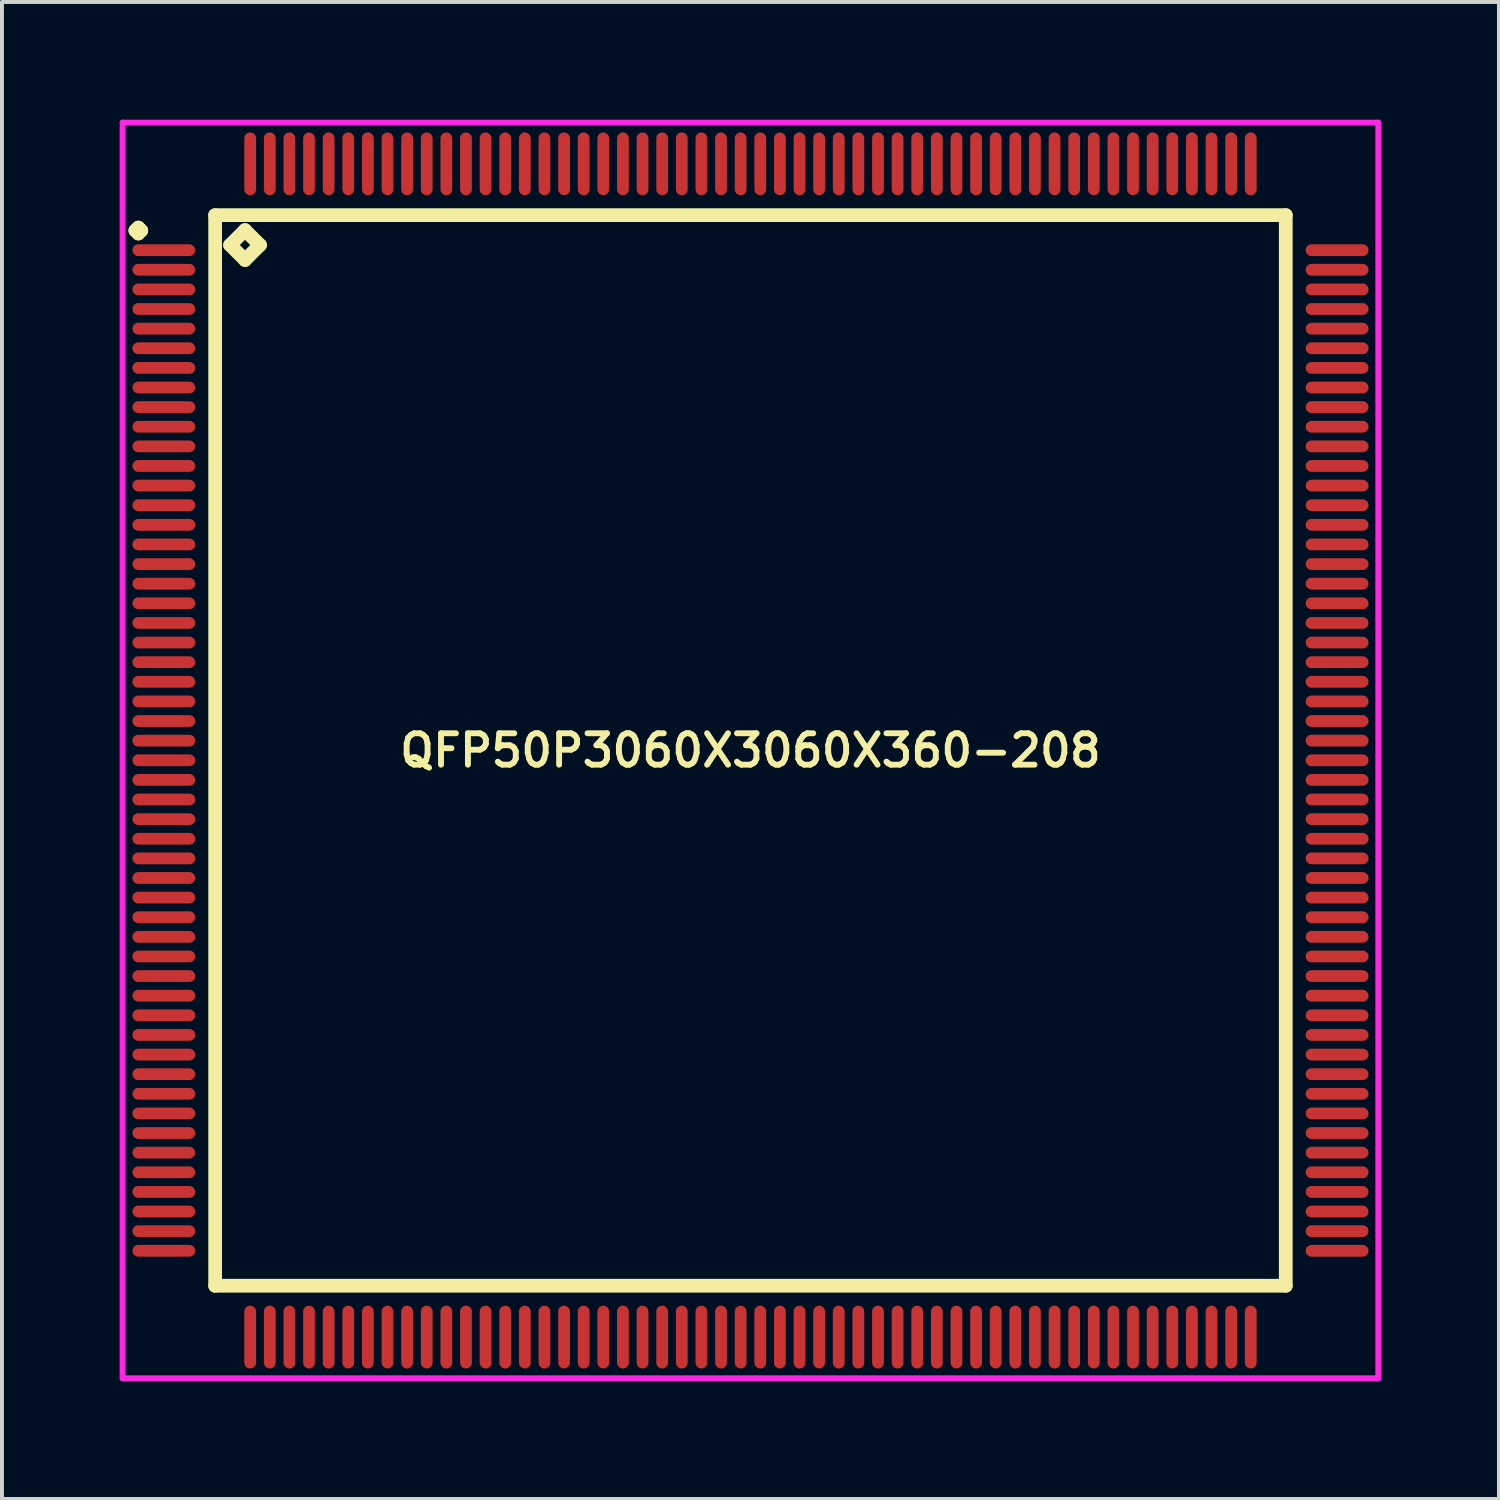
<source format=kicad_pcb>
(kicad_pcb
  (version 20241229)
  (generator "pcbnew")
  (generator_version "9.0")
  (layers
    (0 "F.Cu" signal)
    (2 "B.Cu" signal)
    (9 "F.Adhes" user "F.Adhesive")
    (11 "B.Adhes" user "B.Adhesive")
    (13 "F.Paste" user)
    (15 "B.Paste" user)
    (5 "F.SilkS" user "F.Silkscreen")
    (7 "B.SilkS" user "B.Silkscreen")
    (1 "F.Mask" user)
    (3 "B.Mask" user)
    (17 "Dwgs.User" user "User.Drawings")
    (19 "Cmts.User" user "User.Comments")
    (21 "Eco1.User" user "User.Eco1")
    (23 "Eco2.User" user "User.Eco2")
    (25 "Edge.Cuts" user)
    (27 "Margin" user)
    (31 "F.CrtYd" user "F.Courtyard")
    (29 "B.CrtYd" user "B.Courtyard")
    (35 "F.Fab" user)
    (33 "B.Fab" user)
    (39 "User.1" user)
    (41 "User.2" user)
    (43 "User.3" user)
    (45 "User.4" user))
  (footprint "QFP50P3060X3060X360-208"
    (layer "F.Cu")
    (at 16.075 16.075)
    (property "Reference" "QFP50P3060X3060X360-208" (at 0 0 0) (layer "F.SilkS") (effects (font (size 0.8 0.8) (thickness 0.15))))
    (attr smd)
    (fp_line (start -15.675 -13.25) (end -15.6 -13.325) (stroke (width 0.35) (type solid)) (layer "F.SilkS"))
    (fp_line (start -15.6 -13.325) (end -15.525 -13.25) (stroke (width 0.35) (type solid)) (layer "F.SilkS"))
    (fp_line (start -15.6 -13.175) (end -15.675 -13.25) (stroke (width 0.35) (type solid)) (layer "F.SilkS"))
    (fp_line (start -15.525 -13.25) (end -15.6 -13.175) (stroke (width 0.35) (type solid)) (layer "F.SilkS"))
    (fp_line (start -13.642 -13.642) (end -13.642 13.642) (stroke (width 0.35) (type solid)) (layer "F.SilkS"))
    (fp_line (start -13.642 13.642) (end 13.642 13.642) (stroke (width 0.35) (type solid)) (layer "F.SilkS"))
    (fp_line (start -13.261 -12.88) (end -12.88 -13.261) (stroke (width 0.35) (type solid)) (layer "F.SilkS"))
    (fp_line (start -12.88 -13.261) (end -12.499 -12.88) (stroke (width 0.35) (type solid)) (layer "F.SilkS"))
    (fp_line (start -12.88 -12.499) (end -13.261 -12.88) (stroke (width 0.35) (type solid)) (layer "F.SilkS"))
    (fp_line (start -12.499 -12.88) (end -12.88 -12.499) (stroke (width 0.35) (type solid)) (layer "F.SilkS"))
    (fp_line (start 13.642 -13.642) (end -13.642 -13.642) (stroke (width 0.35) (type solid)) (layer "F.SilkS"))
    (fp_line (start 13.642 13.642) (end 13.642 -13.642) (stroke (width 0.35) (type solid)) (layer "F.SilkS"))
    (fp_line (start -16 -16) (end 16 -16) (stroke (width 0.15) (type solid)) (layer "F.CrtYd"))
    (fp_line (start -16 16) (end -16 -16) (stroke (width 0.15) (type solid)) (layer "F.CrtYd"))
    (fp_line (start 16 -16) (end 16 16) (stroke (width 0.15) (type solid)) (layer "F.CrtYd"))
    (fp_line (start 16 16) (end -16 16) (stroke (width 0.15) (type solid)) (layer "F.CrtYd"))
    (pad "1" smd oval (at -14.95 -12.75) (size 1.6 0.3) (layers "F.Cu" "F.Mask" "F.Paste"))
    (pad "2" smd oval (at -14.95 -12.25) (size 1.6 0.3) (layers "F.Cu" "F.Mask" "F.Paste"))
    (pad "3" smd oval (at -14.95 -11.75) (size 1.6 0.3) (layers "F.Cu" "F.Mask" "F.Paste"))
    (pad "4" smd oval (at -14.95 -11.25) (size 1.6 0.3) (layers "F.Cu" "F.Mask" "F.Paste"))
    (pad "5" smd oval (at -14.95 -10.75) (size 1.6 0.3) (layers "F.Cu" "F.Mask" "F.Paste"))
    (pad "6" smd oval (at -14.95 -10.25) (size 1.6 0.3) (layers "F.Cu" "F.Mask" "F.Paste"))
    (pad "7" smd oval (at -14.95 -9.75) (size 1.6 0.3) (layers "F.Cu" "F.Mask" "F.Paste"))
    (pad "8" smd oval (at -14.95 -9.25) (size 1.6 0.3) (layers "F.Cu" "F.Mask" "F.Paste"))
    (pad "9" smd oval (at -14.95 -8.75) (size 1.6 0.3) (layers "F.Cu" "F.Mask" "F.Paste"))
    (pad "10" smd oval (at -14.95 -8.25) (size 1.6 0.3) (layers "F.Cu" "F.Mask" "F.Paste"))
    (pad "11" smd oval (at -14.95 -7.75) (size 1.6 0.3) (layers "F.Cu" "F.Mask" "F.Paste"))
    (pad "12" smd oval (at -14.95 -7.25) (size 1.6 0.3) (layers "F.Cu" "F.Mask" "F.Paste"))
    (pad "13" smd oval (at -14.95 -6.75) (size 1.6 0.3) (layers "F.Cu" "F.Mask" "F.Paste"))
    (pad "14" smd oval (at -14.95 -6.25) (size 1.6 0.3) (layers "F.Cu" "F.Mask" "F.Paste"))
    (pad "15" smd oval (at -14.95 -5.75) (size 1.6 0.3) (layers "F.Cu" "F.Mask" "F.Paste"))
    (pad "16" smd oval (at -14.95 -5.25) (size 1.6 0.3) (layers "F.Cu" "F.Mask" "F.Paste"))
    (pad "17" smd oval (at -14.95 -4.75) (size 1.6 0.3) (layers "F.Cu" "F.Mask" "F.Paste"))
    (pad "18" smd oval (at -14.95 -4.25) (size 1.6 0.3) (layers "F.Cu" "F.Mask" "F.Paste"))
    (pad "19" smd oval (at -14.95 -3.75) (size 1.6 0.3) (layers "F.Cu" "F.Mask" "F.Paste"))
    (pad "20" smd oval (at -14.95 -3.25) (size 1.6 0.3) (layers "F.Cu" "F.Mask" "F.Paste"))
    (pad "21" smd oval (at -14.95 -2.75) (size 1.6 0.3) (layers "F.Cu" "F.Mask" "F.Paste"))
    (pad "22" smd oval (at -14.95 -2.25) (size 1.6 0.3) (layers "F.Cu" "F.Mask" "F.Paste"))
    (pad "23" smd oval (at -14.95 -1.75) (size 1.6 0.3) (layers "F.Cu" "F.Mask" "F.Paste"))
    (pad "24" smd oval (at -14.95 -1.25) (size 1.6 0.3) (layers "F.Cu" "F.Mask" "F.Paste"))
    (pad "25" smd oval (at -14.95 -0.75) (size 1.6 0.3) (layers "F.Cu" "F.Mask" "F.Paste"))
    (pad "26" smd oval (at -14.95 -0.25) (size 1.6 0.3) (layers "F.Cu" "F.Mask" "F.Paste"))
    (pad "27" smd oval (at -14.95 0.25) (size 1.6 0.3) (layers "F.Cu" "F.Mask" "F.Paste"))
    (pad "28" smd oval (at -14.95 0.75) (size 1.6 0.3) (layers "F.Cu" "F.Mask" "F.Paste"))
    (pad "29" smd oval (at -14.95 1.25) (size 1.6 0.3) (layers "F.Cu" "F.Mask" "F.Paste"))
    (pad "30" smd oval (at -14.95 1.75) (size 1.6 0.3) (layers "F.Cu" "F.Mask" "F.Paste"))
    (pad "31" smd oval (at -14.95 2.25) (size 1.6 0.3) (layers "F.Cu" "F.Mask" "F.Paste"))
    (pad "32" smd oval (at -14.95 2.75) (size 1.6 0.3) (layers "F.Cu" "F.Mask" "F.Paste"))
    (pad "33" smd oval (at -14.95 3.25) (size 1.6 0.3) (layers "F.Cu" "F.Mask" "F.Paste"))
    (pad "34" smd oval (at -14.95 3.75) (size 1.6 0.3) (layers "F.Cu" "F.Mask" "F.Paste"))
    (pad "35" smd oval (at -14.95 4.25) (size 1.6 0.3) (layers "F.Cu" "F.Mask" "F.Paste"))
    (pad "36" smd oval (at -14.95 4.75) (size 1.6 0.3) (layers "F.Cu" "F.Mask" "F.Paste"))
    (pad "37" smd oval (at -14.95 5.25) (size 1.6 0.3) (layers "F.Cu" "F.Mask" "F.Paste"))
    (pad "38" smd oval (at -14.95 5.75) (size 1.6 0.3) (layers "F.Cu" "F.Mask" "F.Paste"))
    (pad "39" smd oval (at -14.95 6.25) (size 1.6 0.3) (layers "F.Cu" "F.Mask" "F.Paste"))
    (pad "40" smd oval (at -14.95 6.75) (size 1.6 0.3) (layers "F.Cu" "F.Mask" "F.Paste"))
    (pad "41" smd oval (at -14.95 7.25) (size 1.6 0.3) (layers "F.Cu" "F.Mask" "F.Paste"))
    (pad "42" smd oval (at -14.95 7.75) (size 1.6 0.3) (layers "F.Cu" "F.Mask" "F.Paste"))
    (pad "43" smd oval (at -14.95 8.25) (size 1.6 0.3) (layers "F.Cu" "F.Mask" "F.Paste"))
    (pad "44" smd oval (at -14.95 8.75) (size 1.6 0.3) (layers "F.Cu" "F.Mask" "F.Paste"))
    (pad "45" smd oval (at -14.95 9.25) (size 1.6 0.3) (layers "F.Cu" "F.Mask" "F.Paste"))
    (pad "46" smd oval (at -14.95 9.75) (size 1.6 0.3) (layers "F.Cu" "F.Mask" "F.Paste"))
    (pad "47" smd oval (at -14.95 10.25) (size 1.6 0.3) (layers "F.Cu" "F.Mask" "F.Paste"))
    (pad "48" smd oval (at -14.95 10.75) (size 1.6 0.3) (layers "F.Cu" "F.Mask" "F.Paste"))
    (pad "49" smd oval (at -14.95 11.25) (size 1.6 0.3) (layers "F.Cu" "F.Mask" "F.Paste"))
    (pad "50" smd oval (at -14.95 11.75) (size 1.6 0.3) (layers "F.Cu" "F.Mask" "F.Paste"))
    (pad "51" smd oval (at -14.95 12.25) (size 1.6 0.3) (layers "F.Cu" "F.Mask" "F.Paste"))
    (pad "52" smd oval (at -14.95 12.75) (size 1.6 0.3) (layers "F.Cu" "F.Mask" "F.Paste"))
    (pad "53" smd oval (at -12.75 14.95) (size 0.3 1.6) (layers "F.Cu" "F.Mask" "F.Paste"))
    (pad "54" smd oval (at -12.25 14.95) (size 0.3 1.6) (layers "F.Cu" "F.Mask" "F.Paste"))
    (pad "55" smd oval (at -11.75 14.95) (size 0.3 1.6) (layers "F.Cu" "F.Mask" "F.Paste"))
    (pad "56" smd oval (at -11.25 14.95) (size 0.3 1.6) (layers "F.Cu" "F.Mask" "F.Paste"))
    (pad "57" smd oval (at -10.75 14.95) (size 0.3 1.6) (layers "F.Cu" "F.Mask" "F.Paste"))
    (pad "58" smd oval (at -10.25 14.95) (size 0.3 1.6) (layers "F.Cu" "F.Mask" "F.Paste"))
    (pad "59" smd oval (at -9.75 14.95) (size 0.3 1.6) (layers "F.Cu" "F.Mask" "F.Paste"))
    (pad "60" smd oval (at -9.25 14.95) (size 0.3 1.6) (layers "F.Cu" "F.Mask" "F.Paste"))
    (pad "61" smd oval (at -8.75 14.95) (size 0.3 1.6) (layers "F.Cu" "F.Mask" "F.Paste"))
    (pad "62" smd oval (at -8.25 14.95) (size 0.3 1.6) (layers "F.Cu" "F.Mask" "F.Paste"))
    (pad "63" smd oval (at -7.75 14.95) (size 0.3 1.6) (layers "F.Cu" "F.Mask" "F.Paste"))
    (pad "64" smd oval (at -7.25 14.95) (size 0.3 1.6) (layers "F.Cu" "F.Mask" "F.Paste"))
    (pad "65" smd oval (at -6.75 14.95) (size 0.3 1.6) (layers "F.Cu" "F.Mask" "F.Paste"))
    (pad "66" smd oval (at -6.25 14.95) (size 0.3 1.6) (layers "F.Cu" "F.Mask" "F.Paste"))
    (pad "67" smd oval (at -5.75 14.95) (size 0.3 1.6) (layers "F.Cu" "F.Mask" "F.Paste"))
    (pad "68" smd oval (at -5.25 14.95) (size 0.3 1.6) (layers "F.Cu" "F.Mask" "F.Paste"))
    (pad "69" smd oval (at -4.75 14.95) (size 0.3 1.6) (layers "F.Cu" "F.Mask" "F.Paste"))
    (pad "70" smd oval (at -4.25 14.95) (size 0.3 1.6) (layers "F.Cu" "F.Mask" "F.Paste"))
    (pad "71" smd oval (at -3.75 14.95) (size 0.3 1.6) (layers "F.Cu" "F.Mask" "F.Paste"))
    (pad "72" smd oval (at -3.25 14.95) (size 0.3 1.6) (layers "F.Cu" "F.Mask" "F.Paste"))
    (pad "73" smd oval (at -2.75 14.95) (size 0.3 1.6) (layers "F.Cu" "F.Mask" "F.Paste"))
    (pad "74" smd oval (at -2.25 14.95) (size 0.3 1.6) (layers "F.Cu" "F.Mask" "F.Paste"))
    (pad "75" smd oval (at -1.75 14.95) (size 0.3 1.6) (layers "F.Cu" "F.Mask" "F.Paste"))
    (pad "76" smd oval (at -1.25 14.95) (size 0.3 1.6) (layers "F.Cu" "F.Mask" "F.Paste"))
    (pad "77" smd oval (at -0.75 14.95) (size 0.3 1.6) (layers "F.Cu" "F.Mask" "F.Paste"))
    (pad "78" smd oval (at -0.25 14.95) (size 0.3 1.6) (layers "F.Cu" "F.Mask" "F.Paste"))
    (pad "79" smd oval (at 0.25 14.95) (size 0.3 1.6) (layers "F.Cu" "F.Mask" "F.Paste"))
    (pad "80" smd oval (at 0.75 14.95) (size 0.3 1.6) (layers "F.Cu" "F.Mask" "F.Paste"))
    (pad "81" smd oval (at 1.25 14.95) (size 0.3 1.6) (layers "F.Cu" "F.Mask" "F.Paste"))
    (pad "82" smd oval (at 1.75 14.95) (size 0.3 1.6) (layers "F.Cu" "F.Mask" "F.Paste"))
    (pad "83" smd oval (at 2.25 14.95) (size 0.3 1.6) (layers "F.Cu" "F.Mask" "F.Paste"))
    (pad "84" smd oval (at 2.75 14.95) (size 0.3 1.6) (layers "F.Cu" "F.Mask" "F.Paste"))
    (pad "85" smd oval (at 3.25 14.95) (size 0.3 1.6) (layers "F.Cu" "F.Mask" "F.Paste"))
    (pad "86" smd oval (at 3.75 14.95) (size 0.3 1.6) (layers "F.Cu" "F.Mask" "F.Paste"))
    (pad "87" smd oval (at 4.25 14.95) (size 0.3 1.6) (layers "F.Cu" "F.Mask" "F.Paste"))
    (pad "88" smd oval (at 4.75 14.95) (size 0.3 1.6) (layers "F.Cu" "F.Mask" "F.Paste"))
    (pad "89" smd oval (at 5.25 14.95) (size 0.3 1.6) (layers "F.Cu" "F.Mask" "F.Paste"))
    (pad "90" smd oval (at 5.75 14.95) (size 0.3 1.6) (layers "F.Cu" "F.Mask" "F.Paste"))
    (pad "91" smd oval (at 6.25 14.95) (size 0.3 1.6) (layers "F.Cu" "F.Mask" "F.Paste"))
    (pad "92" smd oval (at 6.75 14.95) (size 0.3 1.6) (layers "F.Cu" "F.Mask" "F.Paste"))
    (pad "93" smd oval (at 7.25 14.95) (size 0.3 1.6) (layers "F.Cu" "F.Mask" "F.Paste"))
    (pad "94" smd oval (at 7.75 14.95) (size 0.3 1.6) (layers "F.Cu" "F.Mask" "F.Paste"))
    (pad "95" smd oval (at 8.25 14.95) (size 0.3 1.6) (layers "F.Cu" "F.Mask" "F.Paste"))
    (pad "96" smd oval (at 8.75 14.95) (size 0.3 1.6) (layers "F.Cu" "F.Mask" "F.Paste"))
    (pad "97" smd oval (at 9.25 14.95) (size 0.3 1.6) (layers "F.Cu" "F.Mask" "F.Paste"))
    (pad "98" smd oval (at 9.75 14.95) (size 0.3 1.6) (layers "F.Cu" "F.Mask" "F.Paste"))
    (pad "99" smd oval (at 10.25 14.95) (size 0.3 1.6) (layers "F.Cu" "F.Mask" "F.Paste"))
    (pad "100" smd oval (at 10.75 14.95) (size 0.3 1.6) (layers "F.Cu" "F.Mask" "F.Paste"))
    (pad "101" smd oval (at 11.25 14.95) (size 0.3 1.6) (layers "F.Cu" "F.Mask" "F.Paste"))
    (pad "102" smd oval (at 11.75 14.95) (size 0.3 1.6) (layers "F.Cu" "F.Mask" "F.Paste"))
    (pad "103" smd oval (at 12.25 14.95) (size 0.3 1.6) (layers "F.Cu" "F.Mask" "F.Paste"))
    (pad "104" smd oval (at 12.75 14.95) (size 0.3 1.6) (layers "F.Cu" "F.Mask" "F.Paste"))
    (pad "105" smd oval (at 14.95 12.75) (size 1.6 0.3) (layers "F.Cu" "F.Mask" "F.Paste"))
    (pad "106" smd oval (at 14.95 12.25) (size 1.6 0.3) (layers "F.Cu" "F.Mask" "F.Paste"))
    (pad "107" smd oval (at 14.95 11.75) (size 1.6 0.3) (layers "F.Cu" "F.Mask" "F.Paste"))
    (pad "108" smd oval (at 14.95 11.25) (size 1.6 0.3) (layers "F.Cu" "F.Mask" "F.Paste"))
    (pad "109" smd oval (at 14.95 10.75) (size 1.6 0.3) (layers "F.Cu" "F.Mask" "F.Paste"))
    (pad "110" smd oval (at 14.95 10.25) (size 1.6 0.3) (layers "F.Cu" "F.Mask" "F.Paste"))
    (pad "111" smd oval (at 14.95 9.75) (size 1.6 0.3) (layers "F.Cu" "F.Mask" "F.Paste"))
    (pad "112" smd oval (at 14.95 9.25) (size 1.6 0.3) (layers "F.Cu" "F.Mask" "F.Paste"))
    (pad "113" smd oval (at 14.95 8.75) (size 1.6 0.3) (layers "F.Cu" "F.Mask" "F.Paste"))
    (pad "114" smd oval (at 14.95 8.25) (size 1.6 0.3) (layers "F.Cu" "F.Mask" "F.Paste"))
    (pad "115" smd oval (at 14.95 7.75) (size 1.6 0.3) (layers "F.Cu" "F.Mask" "F.Paste"))
    (pad "116" smd oval (at 14.95 7.25) (size 1.6 0.3) (layers "F.Cu" "F.Mask" "F.Paste"))
    (pad "117" smd oval (at 14.95 6.75) (size 1.6 0.3) (layers "F.Cu" "F.Mask" "F.Paste"))
    (pad "118" smd oval (at 14.95 6.25) (size 1.6 0.3) (layers "F.Cu" "F.Mask" "F.Paste"))
    (pad "119" smd oval (at 14.95 5.75) (size 1.6 0.3) (layers "F.Cu" "F.Mask" "F.Paste"))
    (pad "120" smd oval (at 14.95 5.25) (size 1.6 0.3) (layers "F.Cu" "F.Mask" "F.Paste"))
    (pad "121" smd oval (at 14.95 4.75) (size 1.6 0.3) (layers "F.Cu" "F.Mask" "F.Paste"))
    (pad "122" smd oval (at 14.95 4.25) (size 1.6 0.3) (layers "F.Cu" "F.Mask" "F.Paste"))
    (pad "123" smd oval (at 14.95 3.75) (size 1.6 0.3) (layers "F.Cu" "F.Mask" "F.Paste"))
    (pad "124" smd oval (at 14.95 3.25) (size 1.6 0.3) (layers "F.Cu" "F.Mask" "F.Paste"))
    (pad "125" smd oval (at 14.95 2.75) (size 1.6 0.3) (layers "F.Cu" "F.Mask" "F.Paste"))
    (pad "126" smd oval (at 14.95 2.25) (size 1.6 0.3) (layers "F.Cu" "F.Mask" "F.Paste"))
    (pad "127" smd oval (at 14.95 1.75) (size 1.6 0.3) (layers "F.Cu" "F.Mask" "F.Paste"))
    (pad "128" smd oval (at 14.95 1.25) (size 1.6 0.3) (layers "F.Cu" "F.Mask" "F.Paste"))
    (pad "129" smd oval (at 14.95 0.75) (size 1.6 0.3) (layers "F.Cu" "F.Mask" "F.Paste"))
    (pad "130" smd oval (at 14.95 0.25) (size 1.6 0.3) (layers "F.Cu" "F.Mask" "F.Paste"))
    (pad "131" smd oval (at 14.95 -0.25) (size 1.6 0.3) (layers "F.Cu" "F.Mask" "F.Paste"))
    (pad "132" smd oval (at 14.95 -0.75) (size 1.6 0.3) (layers "F.Cu" "F.Mask" "F.Paste"))
    (pad "133" smd oval (at 14.95 -1.25) (size 1.6 0.3) (layers "F.Cu" "F.Mask" "F.Paste"))
    (pad "134" smd oval (at 14.95 -1.75) (size 1.6 0.3) (layers "F.Cu" "F.Mask" "F.Paste"))
    (pad "135" smd oval (at 14.95 -2.25) (size 1.6 0.3) (layers "F.Cu" "F.Mask" "F.Paste"))
    (pad "136" smd oval (at 14.95 -2.75) (size 1.6 0.3) (layers "F.Cu" "F.Mask" "F.Paste"))
    (pad "137" smd oval (at 14.95 -3.25) (size 1.6 0.3) (layers "F.Cu" "F.Mask" "F.Paste"))
    (pad "138" smd oval (at 14.95 -3.75) (size 1.6 0.3) (layers "F.Cu" "F.Mask" "F.Paste"))
    (pad "139" smd oval (at 14.95 -4.25) (size 1.6 0.3) (layers "F.Cu" "F.Mask" "F.Paste"))
    (pad "140" smd oval (at 14.95 -4.75) (size 1.6 0.3) (layers "F.Cu" "F.Mask" "F.Paste"))
    (pad "141" smd oval (at 14.95 -5.25) (size 1.6 0.3) (layers "F.Cu" "F.Mask" "F.Paste"))
    (pad "142" smd oval (at 14.95 -5.75) (size 1.6 0.3) (layers "F.Cu" "F.Mask" "F.Paste"))
    (pad "143" smd oval (at 14.95 -6.25) (size 1.6 0.3) (layers "F.Cu" "F.Mask" "F.Paste"))
    (pad "144" smd oval (at 14.95 -6.75) (size 1.6 0.3) (layers "F.Cu" "F.Mask" "F.Paste"))
    (pad "145" smd oval (at 14.95 -7.25) (size 1.6 0.3) (layers "F.Cu" "F.Mask" "F.Paste"))
    (pad "146" smd oval (at 14.95 -7.75) (size 1.6 0.3) (layers "F.Cu" "F.Mask" "F.Paste"))
    (pad "147" smd oval (at 14.95 -8.25) (size 1.6 0.3) (layers "F.Cu" "F.Mask" "F.Paste"))
    (pad "148" smd oval (at 14.95 -8.75) (size 1.6 0.3) (layers "F.Cu" "F.Mask" "F.Paste"))
    (pad "149" smd oval (at 14.95 -9.25) (size 1.6 0.3) (layers "F.Cu" "F.Mask" "F.Paste"))
    (pad "150" smd oval (at 14.95 -9.75) (size 1.6 0.3) (layers "F.Cu" "F.Mask" "F.Paste"))
    (pad "151" smd oval (at 14.95 -10.25) (size 1.6 0.3) (layers "F.Cu" "F.Mask" "F.Paste"))
    (pad "152" smd oval (at 14.95 -10.75) (size 1.6 0.3) (layers "F.Cu" "F.Mask" "F.Paste"))
    (pad "153" smd oval (at 14.95 -11.25) (size 1.6 0.3) (layers "F.Cu" "F.Mask" "F.Paste"))
    (pad "154" smd oval (at 14.95 -11.75) (size 1.6 0.3) (layers "F.Cu" "F.Mask" "F.Paste"))
    (pad "155" smd oval (at 14.95 -12.25) (size 1.6 0.3) (layers "F.Cu" "F.Mask" "F.Paste"))
    (pad "156" smd oval (at 14.95 -12.75) (size 1.6 0.3) (layers "F.Cu" "F.Mask" "F.Paste"))
    (pad "157" smd oval (at 12.75 -14.95) (size 0.3 1.6) (layers "F.Cu" "F.Mask" "F.Paste"))
    (pad "158" smd oval (at 12.25 -14.95) (size 0.3 1.6) (layers "F.Cu" "F.Mask" "F.Paste"))
    (pad "159" smd oval (at 11.75 -14.95) (size 0.3 1.6) (layers "F.Cu" "F.Mask" "F.Paste"))
    (pad "160" smd oval (at 11.25 -14.95) (size 0.3 1.6) (layers "F.Cu" "F.Mask" "F.Paste"))
    (pad "161" smd oval (at 10.75 -14.95) (size 0.3 1.6) (layers "F.Cu" "F.Mask" "F.Paste"))
    (pad "162" smd oval (at 10.25 -14.95) (size 0.3 1.6) (layers "F.Cu" "F.Mask" "F.Paste"))
    (pad "163" smd oval (at 9.75 -14.95) (size 0.3 1.6) (layers "F.Cu" "F.Mask" "F.Paste"))
    (pad "164" smd oval (at 9.25 -14.95) (size 0.3 1.6) (layers "F.Cu" "F.Mask" "F.Paste"))
    (pad "165" smd oval (at 8.75 -14.95) (size 0.3 1.6) (layers "F.Cu" "F.Mask" "F.Paste"))
    (pad "166" smd oval (at 8.25 -14.95) (size 0.3 1.6) (layers "F.Cu" "F.Mask" "F.Paste"))
    (pad "167" smd oval (at 7.75 -14.95) (size 0.3 1.6) (layers "F.Cu" "F.Mask" "F.Paste"))
    (pad "168" smd oval (at 7.25 -14.95) (size 0.3 1.6) (layers "F.Cu" "F.Mask" "F.Paste"))
    (pad "169" smd oval (at 6.75 -14.95) (size 0.3 1.6) (layers "F.Cu" "F.Mask" "F.Paste"))
    (pad "170" smd oval (at 6.25 -14.95) (size 0.3 1.6) (layers "F.Cu" "F.Mask" "F.Paste"))
    (pad "171" smd oval (at 5.75 -14.95) (size 0.3 1.6) (layers "F.Cu" "F.Mask" "F.Paste"))
    (pad "172" smd oval (at 5.25 -14.95) (size 0.3 1.6) (layers "F.Cu" "F.Mask" "F.Paste"))
    (pad "173" smd oval (at 4.75 -14.95) (size 0.3 1.6) (layers "F.Cu" "F.Mask" "F.Paste"))
    (pad "174" smd oval (at 4.25 -14.95) (size 0.3 1.6) (layers "F.Cu" "F.Mask" "F.Paste"))
    (pad "175" smd oval (at 3.75 -14.95) (size 0.3 1.6) (layers "F.Cu" "F.Mask" "F.Paste"))
    (pad "176" smd oval (at 3.25 -14.95) (size 0.3 1.6) (layers "F.Cu" "F.Mask" "F.Paste"))
    (pad "177" smd oval (at 2.75 -14.95) (size 0.3 1.6) (layers "F.Cu" "F.Mask" "F.Paste"))
    (pad "178" smd oval (at 2.25 -14.95) (size 0.3 1.6) (layers "F.Cu" "F.Mask" "F.Paste"))
    (pad "179" smd oval (at 1.75 -14.95) (size 0.3 1.6) (layers "F.Cu" "F.Mask" "F.Paste"))
    (pad "180" smd oval (at 1.25 -14.95) (size 0.3 1.6) (layers "F.Cu" "F.Mask" "F.Paste"))
    (pad "181" smd oval (at 0.75 -14.95) (size 0.3 1.6) (layers "F.Cu" "F.Mask" "F.Paste"))
    (pad "182" smd oval (at 0.25 -14.95) (size 0.3 1.6) (layers "F.Cu" "F.Mask" "F.Paste"))
    (pad "183" smd oval (at -0.25 -14.95) (size 0.3 1.6) (layers "F.Cu" "F.Mask" "F.Paste"))
    (pad "184" smd oval (at -0.75 -14.95) (size 0.3 1.6) (layers "F.Cu" "F.Mask" "F.Paste"))
    (pad "185" smd oval (at -1.25 -14.95) (size 0.3 1.6) (layers "F.Cu" "F.Mask" "F.Paste"))
    (pad "186" smd oval (at -1.75 -14.95) (size 0.3 1.6) (layers "F.Cu" "F.Mask" "F.Paste"))
    (pad "187" smd oval (at -2.25 -14.95) (size 0.3 1.6) (layers "F.Cu" "F.Mask" "F.Paste"))
    (pad "188" smd oval (at -2.75 -14.95) (size 0.3 1.6) (layers "F.Cu" "F.Mask" "F.Paste"))
    (pad "189" smd oval (at -3.25 -14.95) (size 0.3 1.6) (layers "F.Cu" "F.Mask" "F.Paste"))
    (pad "190" smd oval (at -3.75 -14.95) (size 0.3 1.6) (layers "F.Cu" "F.Mask" "F.Paste"))
    (pad "191" smd oval (at -4.25 -14.95) (size 0.3 1.6) (layers "F.Cu" "F.Mask" "F.Paste"))
    (pad "192" smd oval (at -4.75 -14.95) (size 0.3 1.6) (layers "F.Cu" "F.Mask" "F.Paste"))
    (pad "193" smd oval (at -5.25 -14.95) (size 0.3 1.6) (layers "F.Cu" "F.Mask" "F.Paste"))
    (pad "194" smd oval (at -5.75 -14.95) (size 0.3 1.6) (layers "F.Cu" "F.Mask" "F.Paste"))
    (pad "195" smd oval (at -6.25 -14.95) (size 0.3 1.6) (layers "F.Cu" "F.Mask" "F.Paste"))
    (pad "196" smd oval (at -6.75 -14.95) (size 0.3 1.6) (layers "F.Cu" "F.Mask" "F.Paste"))
    (pad "197" smd oval (at -7.25 -14.95) (size 0.3 1.6) (layers "F.Cu" "F.Mask" "F.Paste"))
    (pad "198" smd oval (at -7.75 -14.95) (size 0.3 1.6) (layers "F.Cu" "F.Mask" "F.Paste"))
    (pad "199" smd oval (at -8.25 -14.95) (size 0.3 1.6) (layers "F.Cu" "F.Mask" "F.Paste"))
    (pad "200" smd oval (at -8.75 -14.95) (size 0.3 1.6) (layers "F.Cu" "F.Mask" "F.Paste"))
    (pad "201" smd oval (at -9.25 -14.95) (size 0.3 1.6) (layers "F.Cu" "F.Mask" "F.Paste"))
    (pad "202" smd oval (at -9.75 -14.95) (size 0.3 1.6) (layers "F.Cu" "F.Mask" "F.Paste"))
    (pad "203" smd oval (at -10.25 -14.95) (size 0.3 1.6) (layers "F.Cu" "F.Mask" "F.Paste"))
    (pad "204" smd oval (at -10.75 -14.95) (size 0.3 1.6) (layers "F.Cu" "F.Mask" "F.Paste"))
    (pad "205" smd oval (at -11.25 -14.95) (size 0.3 1.6) (layers "F.Cu" "F.Mask" "F.Paste"))
    (pad "206" smd oval (at -11.75 -14.95) (size 0.3 1.6) (layers "F.Cu" "F.Mask" "F.Paste"))
    (pad "207" smd oval (at -12.25 -14.95) (size 0.3 1.6) (layers "F.Cu" "F.Mask" "F.Paste"))
    (pad "208" smd oval (at -12.75 -14.95) (size 0.3 1.6) (layers "F.Cu" "F.Mask" "F.Paste")))
  (gr_rect
    (start -3 -3)
    (end 35.15 35.15)
    (stroke (width 0.1) (type default))
    (fill no)
    (layer "Edge.Cuts")))
</source>
